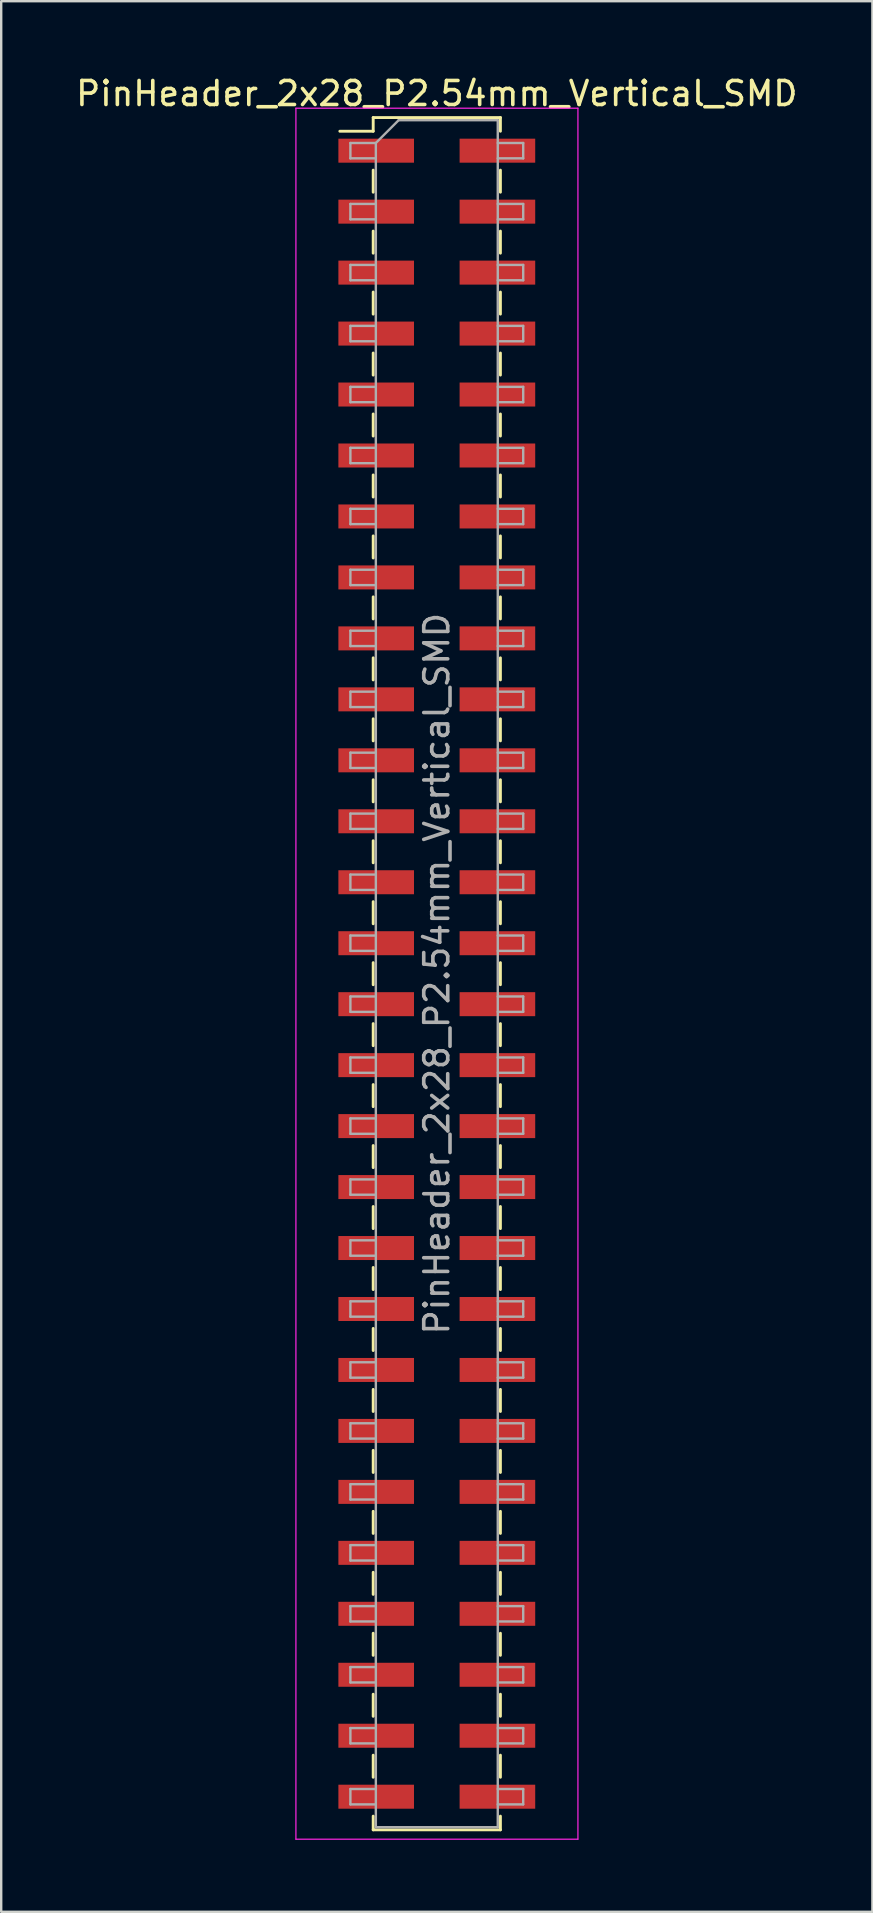
<source format=kicad_pcb>
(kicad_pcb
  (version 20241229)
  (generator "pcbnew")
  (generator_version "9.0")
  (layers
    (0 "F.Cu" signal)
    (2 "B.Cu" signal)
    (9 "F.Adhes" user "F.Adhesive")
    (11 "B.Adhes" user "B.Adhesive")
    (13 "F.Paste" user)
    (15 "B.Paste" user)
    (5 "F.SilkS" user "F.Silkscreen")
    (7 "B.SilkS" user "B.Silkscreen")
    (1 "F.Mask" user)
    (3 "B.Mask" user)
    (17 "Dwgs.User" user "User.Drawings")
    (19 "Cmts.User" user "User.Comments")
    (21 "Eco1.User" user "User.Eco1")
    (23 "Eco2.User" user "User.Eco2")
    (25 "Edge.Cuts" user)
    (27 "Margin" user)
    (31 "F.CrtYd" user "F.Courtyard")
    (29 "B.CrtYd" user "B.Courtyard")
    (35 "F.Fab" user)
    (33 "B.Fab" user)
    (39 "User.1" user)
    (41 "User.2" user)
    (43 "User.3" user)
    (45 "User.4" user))
  (footprint "PinHeader_2x28_P2.54mm_Vertical_SMD"
    (layer "F.Cu")
    (at 15.149 37.518)
    (property "Reference" "PinHeader_2x28_P2.54mm_Vertical_SMD" (at 0 -36.67 0) (layer "F.SilkS") (effects (font (size 1 1) (thickness 0.15))))
    (attr smd)
    (fp_line (start -4.04 -35.1) (end -2.65 -35.1) (stroke (width 0.12) (type solid)) (layer "F.SilkS"))
    (fp_line (start -2.65 -35.67) (end -2.65 -35.1) (stroke (width 0.12) (type solid)) (layer "F.SilkS"))
    (fp_line (start -2.65 -35.67) (end 2.65 -35.67) (stroke (width 0.12) (type solid)) (layer "F.SilkS"))
    (fp_line (start -2.65 -33.48) (end -2.65 -32.56) (stroke (width 0.12) (type solid)) (layer "F.SilkS"))
    (fp_line (start -2.65 -30.94) (end -2.65 -30.02) (stroke (width 0.12) (type solid)) (layer "F.SilkS"))
    (fp_line (start -2.65 -28.4) (end -2.65 -27.48) (stroke (width 0.12) (type solid)) (layer "F.SilkS"))
    (fp_line (start -2.65 -25.86) (end -2.65 -24.94) (stroke (width 0.12) (type solid)) (layer "F.SilkS"))
    (fp_line (start -2.65 -23.32) (end -2.65 -22.4) (stroke (width 0.12) (type solid)) (layer "F.SilkS"))
    (fp_line (start -2.65 -20.78) (end -2.65 -19.86) (stroke (width 0.12) (type solid)) (layer "F.SilkS"))
    (fp_line (start -2.65 -18.24) (end -2.65 -17.32) (stroke (width 0.12) (type solid)) (layer "F.SilkS"))
    (fp_line (start -2.65 -15.7) (end -2.65 -14.78) (stroke (width 0.12) (type solid)) (layer "F.SilkS"))
    (fp_line (start -2.65 -13.16) (end -2.65 -12.24) (stroke (width 0.12) (type solid)) (layer "F.SilkS"))
    (fp_line (start -2.65 -10.62) (end -2.65 -9.7) (stroke (width 0.12) (type solid)) (layer "F.SilkS"))
    (fp_line (start -2.65 -8.08) (end -2.65 -7.16) (stroke (width 0.12) (type solid)) (layer "F.SilkS"))
    (fp_line (start -2.65 -5.54) (end -2.65 -4.62) (stroke (width 0.12) (type solid)) (layer "F.SilkS"))
    (fp_line (start -2.65 -3) (end -2.65 -2.08) (stroke (width 0.12) (type solid)) (layer "F.SilkS"))
    (fp_line (start -2.65 -0.46) (end -2.65 0.46) (stroke (width 0.12) (type solid)) (layer "F.SilkS"))
    (fp_line (start -2.65 2.08) (end -2.65 3) (stroke (width 0.12) (type solid)) (layer "F.SilkS"))
    (fp_line (start -2.65 4.62) (end -2.65 5.54) (stroke (width 0.12) (type solid)) (layer "F.SilkS"))
    (fp_line (start -2.65 7.16) (end -2.65 8.08) (stroke (width 0.12) (type solid)) (layer "F.SilkS"))
    (fp_line (start -2.65 9.7) (end -2.65 10.62) (stroke (width 0.12) (type solid)) (layer "F.SilkS"))
    (fp_line (start -2.65 12.24) (end -2.65 13.16) (stroke (width 0.12) (type solid)) (layer "F.SilkS"))
    (fp_line (start -2.65 14.78) (end -2.65 15.7) (stroke (width 0.12) (type solid)) (layer "F.SilkS"))
    (fp_line (start -2.65 17.32) (end -2.65 18.24) (stroke (width 0.12) (type solid)) (layer "F.SilkS"))
    (fp_line (start -2.65 19.86) (end -2.65 20.78) (stroke (width 0.12) (type solid)) (layer "F.SilkS"))
    (fp_line (start -2.65 22.4) (end -2.65 23.32) (stroke (width 0.12) (type solid)) (layer "F.SilkS"))
    (fp_line (start -2.65 24.94) (end -2.65 25.86) (stroke (width 0.12) (type solid)) (layer "F.SilkS"))
    (fp_line (start -2.65 27.48) (end -2.65 28.4) (stroke (width 0.12) (type solid)) (layer "F.SilkS"))
    (fp_line (start -2.65 30.02) (end -2.65 30.94) (stroke (width 0.12) (type solid)) (layer "F.SilkS"))
    (fp_line (start -2.65 32.56) (end -2.65 33.48) (stroke (width 0.12) (type solid)) (layer "F.SilkS"))
    (fp_line (start -2.65 35.1) (end -2.65 35.67) (stroke (width 0.12) (type solid)) (layer "F.SilkS"))
    (fp_line (start -2.65 35.67) (end 2.65 35.67) (stroke (width 0.12) (type solid)) (layer "F.SilkS"))
    (fp_line (start 2.65 -35.67) (end 2.65 -35.1) (stroke (width 0.12) (type solid)) (layer "F.SilkS"))
    (fp_line (start 2.65 -33.48) (end 2.65 -32.56) (stroke (width 0.12) (type solid)) (layer "F.SilkS"))
    (fp_line (start 2.65 -30.94) (end 2.65 -30.02) (stroke (width 0.12) (type solid)) (layer "F.SilkS"))
    (fp_line (start 2.65 -28.4) (end 2.65 -27.48) (stroke (width 0.12) (type solid)) (layer "F.SilkS"))
    (fp_line (start 2.65 -25.86) (end 2.65 -24.94) (stroke (width 0.12) (type solid)) (layer "F.SilkS"))
    (fp_line (start 2.65 -23.32) (end 2.65 -22.4) (stroke (width 0.12) (type solid)) (layer "F.SilkS"))
    (fp_line (start 2.65 -20.78) (end 2.65 -19.86) (stroke (width 0.12) (type solid)) (layer "F.SilkS"))
    (fp_line (start 2.65 -18.24) (end 2.65 -17.32) (stroke (width 0.12) (type solid)) (layer "F.SilkS"))
    (fp_line (start 2.65 -15.7) (end 2.65 -14.78) (stroke (width 0.12) (type solid)) (layer "F.SilkS"))
    (fp_line (start 2.65 -13.16) (end 2.65 -12.24) (stroke (width 0.12) (type solid)) (layer "F.SilkS"))
    (fp_line (start 2.65 -10.62) (end 2.65 -9.7) (stroke (width 0.12) (type solid)) (layer "F.SilkS"))
    (fp_line (start 2.65 -8.08) (end 2.65 -7.16) (stroke (width 0.12) (type solid)) (layer "F.SilkS"))
    (fp_line (start 2.65 -5.54) (end 2.65 -4.62) (stroke (width 0.12) (type solid)) (layer "F.SilkS"))
    (fp_line (start 2.65 -3) (end 2.65 -2.08) (stroke (width 0.12) (type solid)) (layer "F.SilkS"))
    (fp_line (start 2.65 -0.46) (end 2.65 0.46) (stroke (width 0.12) (type solid)) (layer "F.SilkS"))
    (fp_line (start 2.65 2.08) (end 2.65 3) (stroke (width 0.12) (type solid)) (layer "F.SilkS"))
    (fp_line (start 2.65 4.62) (end 2.65 5.54) (stroke (width 0.12) (type solid)) (layer "F.SilkS"))
    (fp_line (start 2.65 7.16) (end 2.65 8.08) (stroke (width 0.12) (type solid)) (layer "F.SilkS"))
    (fp_line (start 2.65 9.7) (end 2.65 10.62) (stroke (width 0.12) (type solid)) (layer "F.SilkS"))
    (fp_line (start 2.65 12.24) (end 2.65 13.16) (stroke (width 0.12) (type solid)) (layer "F.SilkS"))
    (fp_line (start 2.65 14.78) (end 2.65 15.7) (stroke (width 0.12) (type solid)) (layer "F.SilkS"))
    (fp_line (start 2.65 17.32) (end 2.65 18.24) (stroke (width 0.12) (type solid)) (layer "F.SilkS"))
    (fp_line (start 2.65 19.86) (end 2.65 20.78) (stroke (width 0.12) (type solid)) (layer "F.SilkS"))
    (fp_line (start 2.65 22.4) (end 2.65 23.32) (stroke (width 0.12) (type solid)) (layer "F.SilkS"))
    (fp_line (start 2.65 24.94) (end 2.65 25.86) (stroke (width 0.12) (type solid)) (layer "F.SilkS"))
    (fp_line (start 2.65 27.48) (end 2.65 28.4) (stroke (width 0.12) (type solid)) (layer "F.SilkS"))
    (fp_line (start 2.65 30.02) (end 2.65 30.94) (stroke (width 0.12) (type solid)) (layer "F.SilkS"))
    (fp_line (start 2.65 32.56) (end 2.65 33.48) (stroke (width 0.12) (type solid)) (layer "F.SilkS"))
    (fp_line (start 2.65 35.1) (end 2.65 35.67) (stroke (width 0.12) (type solid)) (layer "F.SilkS"))
    (fp_line (start -5.87 -36.06) (end -5.87 36.06) (stroke (width 0.05) (type solid)) (layer "F.CrtYd"))
    (fp_line (start -5.87 36.06) (end 5.88 36.06) (stroke (width 0.05) (type solid)) (layer "F.CrtYd"))
    (fp_line (start 5.88 -36.06) (end -5.87 -36.06) (stroke (width 0.05) (type solid)) (layer "F.CrtYd"))
    (fp_line (start 5.88 36.06) (end 5.88 -36.06) (stroke (width 0.05) (type solid)) (layer "F.CrtYd"))
    (fp_line (start -3.6 -34.61) (end -3.6 -33.97) (stroke (width 0.1) (type solid)) (layer "F.Fab"))
    (fp_line (start -3.6 -33.97) (end -2.54 -33.97) (stroke (width 0.1) (type solid)) (layer "F.Fab"))
    (fp_line (start -3.6 -32.07) (end -3.6 -31.43) (stroke (width 0.1) (type solid)) (layer "F.Fab"))
    (fp_line (start -3.6 -31.43) (end -2.54 -31.43) (stroke (width 0.1) (type solid)) (layer "F.Fab"))
    (fp_line (start -3.6 -29.53) (end -3.6 -28.89) (stroke (width 0.1) (type solid)) (layer "F.Fab"))
    (fp_line (start -3.6 -28.89) (end -2.54 -28.89) (stroke (width 0.1) (type solid)) (layer "F.Fab"))
    (fp_line (start -3.6 -26.99) (end -3.6 -26.35) (stroke (width 0.1) (type solid)) (layer "F.Fab"))
    (fp_line (start -3.6 -26.35) (end -2.54 -26.35) (stroke (width 0.1) (type solid)) (layer "F.Fab"))
    (fp_line (start -3.6 -24.45) (end -3.6 -23.81) (stroke (width 0.1) (type solid)) (layer "F.Fab"))
    (fp_line (start -3.6 -23.81) (end -2.54 -23.81) (stroke (width 0.1) (type solid)) (layer "F.Fab"))
    (fp_line (start -3.6 -21.91) (end -3.6 -21.27) (stroke (width 0.1) (type solid)) (layer "F.Fab"))
    (fp_line (start -3.6 -21.27) (end -2.54 -21.27) (stroke (width 0.1) (type solid)) (layer "F.Fab"))
    (fp_line (start -3.6 -19.37) (end -3.6 -18.73) (stroke (width 0.1) (type solid)) (layer "F.Fab"))
    (fp_line (start -3.6 -18.73) (end -2.54 -18.73) (stroke (width 0.1) (type solid)) (layer "F.Fab"))
    (fp_line (start -3.6 -16.83) (end -3.6 -16.19) (stroke (width 0.1) (type solid)) (layer "F.Fab"))
    (fp_line (start -3.6 -16.19) (end -2.54 -16.19) (stroke (width 0.1) (type solid)) (layer "F.Fab"))
    (fp_line (start -3.6 -14.29) (end -3.6 -13.65) (stroke (width 0.1) (type solid)) (layer "F.Fab"))
    (fp_line (start -3.6 -13.65) (end -2.54 -13.65) (stroke (width 0.1) (type solid)) (layer "F.Fab"))
    (fp_line (start -3.6 -11.75) (end -3.6 -11.11) (stroke (width 0.1) (type solid)) (layer "F.Fab"))
    (fp_line (start -3.6 -11.11) (end -2.54 -11.11) (stroke (width 0.1) (type solid)) (layer "F.Fab"))
    (fp_line (start -3.6 -9.21) (end -3.6 -8.57) (stroke (width 0.1) (type solid)) (layer "F.Fab"))
    (fp_line (start -3.6 -8.57) (end -2.54 -8.57) (stroke (width 0.1) (type solid)) (layer "F.Fab"))
    (fp_line (start -3.6 -6.67) (end -3.6 -6.03) (stroke (width 0.1) (type solid)) (layer "F.Fab"))
    (fp_line (start -3.6 -6.03) (end -2.54 -6.03) (stroke (width 0.1) (type solid)) (layer "F.Fab"))
    (fp_line (start -3.6 -4.13) (end -3.6 -3.49) (stroke (width 0.1) (type solid)) (layer "F.Fab"))
    (fp_line (start -3.6 -3.49) (end -2.54 -3.49) (stroke (width 0.1) (type solid)) (layer "F.Fab"))
    (fp_line (start -3.6 -1.59) (end -3.6 -0.95) (stroke (width 0.1) (type solid)) (layer "F.Fab"))
    (fp_line (start -3.6 -0.95) (end -2.54 -0.95) (stroke (width 0.1) (type solid)) (layer "F.Fab"))
    (fp_line (start -3.6 0.95) (end -3.6 1.59) (stroke (width 0.1) (type solid)) (layer "F.Fab"))
    (fp_line (start -3.6 1.59) (end -2.54 1.59) (stroke (width 0.1) (type solid)) (layer "F.Fab"))
    (fp_line (start -3.6 3.49) (end -3.6 4.13) (stroke (width 0.1) (type solid)) (layer "F.Fab"))
    (fp_line (start -3.6 4.13) (end -2.54 4.13) (stroke (width 0.1) (type solid)) (layer "F.Fab"))
    (fp_line (start -3.6 6.03) (end -3.6 6.67) (stroke (width 0.1) (type solid)) (layer "F.Fab"))
    (fp_line (start -3.6 6.67) (end -2.54 6.67) (stroke (width 0.1) (type solid)) (layer "F.Fab"))
    (fp_line (start -3.6 8.57) (end -3.6 9.21) (stroke (width 0.1) (type solid)) (layer "F.Fab"))
    (fp_line (start -3.6 9.21) (end -2.54 9.21) (stroke (width 0.1) (type solid)) (layer "F.Fab"))
    (fp_line (start -3.6 11.11) (end -3.6 11.75) (stroke (width 0.1) (type solid)) (layer "F.Fab"))
    (fp_line (start -3.6 11.75) (end -2.54 11.75) (stroke (width 0.1) (type solid)) (layer "F.Fab"))
    (fp_line (start -3.6 13.65) (end -3.6 14.29) (stroke (width 0.1) (type solid)) (layer "F.Fab"))
    (fp_line (start -3.6 14.29) (end -2.54 14.29) (stroke (width 0.1) (type solid)) (layer "F.Fab"))
    (fp_line (start -3.6 16.19) (end -3.6 16.83) (stroke (width 0.1) (type solid)) (layer "F.Fab"))
    (fp_line (start -3.6 16.83) (end -2.54 16.83) (stroke (width 0.1) (type solid)) (layer "F.Fab"))
    (fp_line (start -3.6 18.73) (end -3.6 19.37) (stroke (width 0.1) (type solid)) (layer "F.Fab"))
    (fp_line (start -3.6 19.37) (end -2.54 19.37) (stroke (width 0.1) (type solid)) (layer "F.Fab"))
    (fp_line (start -3.6 21.27) (end -3.6 21.91) (stroke (width 0.1) (type solid)) (layer "F.Fab"))
    (fp_line (start -3.6 21.91) (end -2.54 21.91) (stroke (width 0.1) (type solid)) (layer "F.Fab"))
    (fp_line (start -3.6 23.81) (end -3.6 24.45) (stroke (width 0.1) (type solid)) (layer "F.Fab"))
    (fp_line (start -3.6 24.45) (end -2.54 24.45) (stroke (width 0.1) (type solid)) (layer "F.Fab"))
    (fp_line (start -3.6 26.35) (end -3.6 26.99) (stroke (width 0.1) (type solid)) (layer "F.Fab"))
    (fp_line (start -3.6 26.99) (end -2.54 26.99) (stroke (width 0.1) (type solid)) (layer "F.Fab"))
    (fp_line (start -3.6 28.89) (end -3.6 29.53) (stroke (width 0.1) (type solid)) (layer "F.Fab"))
    (fp_line (start -3.6 29.53) (end -2.54 29.53) (stroke (width 0.1) (type solid)) (layer "F.Fab"))
    (fp_line (start -3.6 31.43) (end -3.6 32.07) (stroke (width 0.1) (type solid)) (layer "F.Fab"))
    (fp_line (start -3.6 32.07) (end -2.54 32.07) (stroke (width 0.1) (type solid)) (layer "F.Fab"))
    (fp_line (start -3.6 33.97) (end -3.6 34.61) (stroke (width 0.1) (type solid)) (layer "F.Fab"))
    (fp_line (start -3.6 34.61) (end -2.54 34.61) (stroke (width 0.1) (type solid)) (layer "F.Fab"))
    (fp_line (start -2.54 -34.61) (end -3.6 -34.61) (stroke (width 0.1) (type solid)) (layer "F.Fab"))
    (fp_line (start -2.54 -34.61) (end -1.59 -35.56) (stroke (width 0.1) (type solid)) (layer "F.Fab"))
    (fp_line (start -2.54 -32.07) (end -3.6 -32.07) (stroke (width 0.1) (type solid)) (layer "F.Fab"))
    (fp_line (start -2.54 -29.53) (end -3.6 -29.53) (stroke (width 0.1) (type solid)) (layer "F.Fab"))
    (fp_line (start -2.54 -26.99) (end -3.6 -26.99) (stroke (width 0.1) (type solid)) (layer "F.Fab"))
    (fp_line (start -2.54 -24.45) (end -3.6 -24.45) (stroke (width 0.1) (type solid)) (layer "F.Fab"))
    (fp_line (start -2.54 -21.91) (end -3.6 -21.91) (stroke (width 0.1) (type solid)) (layer "F.Fab"))
    (fp_line (start -2.54 -19.37) (end -3.6 -19.37) (stroke (width 0.1) (type solid)) (layer "F.Fab"))
    (fp_line (start -2.54 -16.83) (end -3.6 -16.83) (stroke (width 0.1) (type solid)) (layer "F.Fab"))
    (fp_line (start -2.54 -14.29) (end -3.6 -14.29) (stroke (width 0.1) (type solid)) (layer "F.Fab"))
    (fp_line (start -2.54 -11.75) (end -3.6 -11.75) (stroke (width 0.1) (type solid)) (layer "F.Fab"))
    (fp_line (start -2.54 -9.21) (end -3.6 -9.21) (stroke (width 0.1) (type solid)) (layer "F.Fab"))
    (fp_line (start -2.54 -6.67) (end -3.6 -6.67) (stroke (width 0.1) (type solid)) (layer "F.Fab"))
    (fp_line (start -2.54 -4.13) (end -3.6 -4.13) (stroke (width 0.1) (type solid)) (layer "F.Fab"))
    (fp_line (start -2.54 -1.59) (end -3.6 -1.59) (stroke (width 0.1) (type solid)) (layer "F.Fab"))
    (fp_line (start -2.54 0.95) (end -3.6 0.95) (stroke (width 0.1) (type solid)) (layer "F.Fab"))
    (fp_line (start -2.54 3.49) (end -3.6 3.49) (stroke (width 0.1) (type solid)) (layer "F.Fab"))
    (fp_line (start -2.54 6.03) (end -3.6 6.03) (stroke (width 0.1) (type solid)) (layer "F.Fab"))
    (fp_line (start -2.54 8.57) (end -3.6 8.57) (stroke (width 0.1) (type solid)) (layer "F.Fab"))
    (fp_line (start -2.54 11.11) (end -3.6 11.11) (stroke (width 0.1) (type solid)) (layer "F.Fab"))
    (fp_line (start -2.54 13.65) (end -3.6 13.65) (stroke (width 0.1) (type solid)) (layer "F.Fab"))
    (fp_line (start -2.54 16.19) (end -3.6 16.19) (stroke (width 0.1) (type solid)) (layer "F.Fab"))
    (fp_line (start -2.54 18.73) (end -3.6 18.73) (stroke (width 0.1) (type solid)) (layer "F.Fab"))
    (fp_line (start -2.54 21.27) (end -3.6 21.27) (stroke (width 0.1) (type solid)) (layer "F.Fab"))
    (fp_line (start -2.54 23.81) (end -3.6 23.81) (stroke (width 0.1) (type solid)) (layer "F.Fab"))
    (fp_line (start -2.54 26.35) (end -3.6 26.35) (stroke (width 0.1) (type solid)) (layer "F.Fab"))
    (fp_line (start -2.54 28.89) (end -3.6 28.89) (stroke (width 0.1) (type solid)) (layer "F.Fab"))
    (fp_line (start -2.54 31.43) (end -3.6 31.43) (stroke (width 0.1) (type solid)) (layer "F.Fab"))
    (fp_line (start -2.54 33.97) (end -3.6 33.97) (stroke (width 0.1) (type solid)) (layer "F.Fab"))
    (fp_line (start -2.54 35.56) (end -2.54 -34.61) (stroke (width 0.1) (type solid)) (layer "F.Fab"))
    (fp_line (start -1.59 -35.56) (end 2.54 -35.56) (stroke (width 0.1) (type solid)) (layer "F.Fab"))
    (fp_line (start 2.54 -35.56) (end 2.54 35.56) (stroke (width 0.1) (type solid)) (layer "F.Fab"))
    (fp_line (start 2.54 -34.61) (end 3.6 -34.61) (stroke (width 0.1) (type solid)) (layer "F.Fab"))
    (fp_line (start 2.54 -32.07) (end 3.6 -32.07) (stroke (width 0.1) (type solid)) (layer "F.Fab"))
    (fp_line (start 2.54 -29.53) (end 3.6 -29.53) (stroke (width 0.1) (type solid)) (layer "F.Fab"))
    (fp_line (start 2.54 -26.99) (end 3.6 -26.99) (stroke (width 0.1) (type solid)) (layer "F.Fab"))
    (fp_line (start 2.54 -24.45) (end 3.6 -24.45) (stroke (width 0.1) (type solid)) (layer "F.Fab"))
    (fp_line (start 2.54 -21.91) (end 3.6 -21.91) (stroke (width 0.1) (type solid)) (layer "F.Fab"))
    (fp_line (start 2.54 -19.37) (end 3.6 -19.37) (stroke (width 0.1) (type solid)) (layer "F.Fab"))
    (fp_line (start 2.54 -16.83) (end 3.6 -16.83) (stroke (width 0.1) (type solid)) (layer "F.Fab"))
    (fp_line (start 2.54 -14.29) (end 3.6 -14.29) (stroke (width 0.1) (type solid)) (layer "F.Fab"))
    (fp_line (start 2.54 -11.75) (end 3.6 -11.75) (stroke (width 0.1) (type solid)) (layer "F.Fab"))
    (fp_line (start 2.54 -9.21) (end 3.6 -9.21) (stroke (width 0.1) (type solid)) (layer "F.Fab"))
    (fp_line (start 2.54 -6.67) (end 3.6 -6.67) (stroke (width 0.1) (type solid)) (layer "F.Fab"))
    (fp_line (start 2.54 -4.13) (end 3.6 -4.13) (stroke (width 0.1) (type solid)) (layer "F.Fab"))
    (fp_line (start 2.54 -1.59) (end 3.6 -1.59) (stroke (width 0.1) (type solid)) (layer "F.Fab"))
    (fp_line (start 2.54 0.95) (end 3.6 0.95) (stroke (width 0.1) (type solid)) (layer "F.Fab"))
    (fp_line (start 2.54 3.49) (end 3.6 3.49) (stroke (width 0.1) (type solid)) (layer "F.Fab"))
    (fp_line (start 2.54 6.03) (end 3.6 6.03) (stroke (width 0.1) (type solid)) (layer "F.Fab"))
    (fp_line (start 2.54 8.57) (end 3.6 8.57) (stroke (width 0.1) (type solid)) (layer "F.Fab"))
    (fp_line (start 2.54 11.11) (end 3.6 11.11) (stroke (width 0.1) (type solid)) (layer "F.Fab"))
    (fp_line (start 2.54 13.65) (end 3.6 13.65) (stroke (width 0.1) (type solid)) (layer "F.Fab"))
    (fp_line (start 2.54 16.19) (end 3.6 16.19) (stroke (width 0.1) (type solid)) (layer "F.Fab"))
    (fp_line (start 2.54 18.73) (end 3.6 18.73) (stroke (width 0.1) (type solid)) (layer "F.Fab"))
    (fp_line (start 2.54 21.27) (end 3.6 21.27) (stroke (width 0.1) (type solid)) (layer "F.Fab"))
    (fp_line (start 2.54 23.81) (end 3.6 23.81) (stroke (width 0.1) (type solid)) (layer "F.Fab"))
    (fp_line (start 2.54 26.35) (end 3.6 26.35) (stroke (width 0.1) (type solid)) (layer "F.Fab"))
    (fp_line (start 2.54 28.89) (end 3.6 28.89) (stroke (width 0.1) (type solid)) (layer "F.Fab"))
    (fp_line (start 2.54 31.43) (end 3.6 31.43) (stroke (width 0.1) (type solid)) (layer "F.Fab"))
    (fp_line (start 2.54 33.97) (end 3.6 33.97) (stroke (width 0.1) (type solid)) (layer "F.Fab"))
    (fp_line (start 2.54 35.56) (end -2.54 35.56) (stroke (width 0.1) (type solid)) (layer "F.Fab"))
    (fp_line (start 3.6 -34.61) (end 3.6 -33.97) (stroke (width 0.1) (type solid)) (layer "F.Fab"))
    (fp_line (start 3.6 -33.97) (end 2.54 -33.97) (stroke (width 0.1) (type solid)) (layer "F.Fab"))
    (fp_line (start 3.6 -32.07) (end 3.6 -31.43) (stroke (width 0.1) (type solid)) (layer "F.Fab"))
    (fp_line (start 3.6 -31.43) (end 2.54 -31.43) (stroke (width 0.1) (type solid)) (layer "F.Fab"))
    (fp_line (start 3.6 -29.53) (end 3.6 -28.89) (stroke (width 0.1) (type solid)) (layer "F.Fab"))
    (fp_line (start 3.6 -28.89) (end 2.54 -28.89) (stroke (width 0.1) (type solid)) (layer "F.Fab"))
    (fp_line (start 3.6 -26.99) (end 3.6 -26.35) (stroke (width 0.1) (type solid)) (layer "F.Fab"))
    (fp_line (start 3.6 -26.35) (end 2.54 -26.35) (stroke (width 0.1) (type solid)) (layer "F.Fab"))
    (fp_line (start 3.6 -24.45) (end 3.6 -23.81) (stroke (width 0.1) (type solid)) (layer "F.Fab"))
    (fp_line (start 3.6 -23.81) (end 2.54 -23.81) (stroke (width 0.1) (type solid)) (layer "F.Fab"))
    (fp_line (start 3.6 -21.91) (end 3.6 -21.27) (stroke (width 0.1) (type solid)) (layer "F.Fab"))
    (fp_line (start 3.6 -21.27) (end 2.54 -21.27) (stroke (width 0.1) (type solid)) (layer "F.Fab"))
    (fp_line (start 3.6 -19.37) (end 3.6 -18.73) (stroke (width 0.1) (type solid)) (layer "F.Fab"))
    (fp_line (start 3.6 -18.73) (end 2.54 -18.73) (stroke (width 0.1) (type solid)) (layer "F.Fab"))
    (fp_line (start 3.6 -16.83) (end 3.6 -16.19) (stroke (width 0.1) (type solid)) (layer "F.Fab"))
    (fp_line (start 3.6 -16.19) (end 2.54 -16.19) (stroke (width 0.1) (type solid)) (layer "F.Fab"))
    (fp_line (start 3.6 -14.29) (end 3.6 -13.65) (stroke (width 0.1) (type solid)) (layer "F.Fab"))
    (fp_line (start 3.6 -13.65) (end 2.54 -13.65) (stroke (width 0.1) (type solid)) (layer "F.Fab"))
    (fp_line (start 3.6 -11.75) (end 3.6 -11.11) (stroke (width 0.1) (type solid)) (layer "F.Fab"))
    (fp_line (start 3.6 -11.11) (end 2.54 -11.11) (stroke (width 0.1) (type solid)) (layer "F.Fab"))
    (fp_line (start 3.6 -9.21) (end 3.6 -8.57) (stroke (width 0.1) (type solid)) (layer "F.Fab"))
    (fp_line (start 3.6 -8.57) (end 2.54 -8.57) (stroke (width 0.1) (type solid)) (layer "F.Fab"))
    (fp_line (start 3.6 -6.67) (end 3.6 -6.03) (stroke (width 0.1) (type solid)) (layer "F.Fab"))
    (fp_line (start 3.6 -6.03) (end 2.54 -6.03) (stroke (width 0.1) (type solid)) (layer "F.Fab"))
    (fp_line (start 3.6 -4.13) (end 3.6 -3.49) (stroke (width 0.1) (type solid)) (layer "F.Fab"))
    (fp_line (start 3.6 -3.49) (end 2.54 -3.49) (stroke (width 0.1) (type solid)) (layer "F.Fab"))
    (fp_line (start 3.6 -1.59) (end 3.6 -0.95) (stroke (width 0.1) (type solid)) (layer "F.Fab"))
    (fp_line (start 3.6 -0.95) (end 2.54 -0.95) (stroke (width 0.1) (type solid)) (layer "F.Fab"))
    (fp_line (start 3.6 0.95) (end 3.6 1.59) (stroke (width 0.1) (type solid)) (layer "F.Fab"))
    (fp_line (start 3.6 1.59) (end 2.54 1.59) (stroke (width 0.1) (type solid)) (layer "F.Fab"))
    (fp_line (start 3.6 3.49) (end 3.6 4.13) (stroke (width 0.1) (type solid)) (layer "F.Fab"))
    (fp_line (start 3.6 4.13) (end 2.54 4.13) (stroke (width 0.1) (type solid)) (layer "F.Fab"))
    (fp_line (start 3.6 6.03) (end 3.6 6.67) (stroke (width 0.1) (type solid)) (layer "F.Fab"))
    (fp_line (start 3.6 6.67) (end 2.54 6.67) (stroke (width 0.1) (type solid)) (layer "F.Fab"))
    (fp_line (start 3.6 8.57) (end 3.6 9.21) (stroke (width 0.1) (type solid)) (layer "F.Fab"))
    (fp_line (start 3.6 9.21) (end 2.54 9.21) (stroke (width 0.1) (type solid)) (layer "F.Fab"))
    (fp_line (start 3.6 11.11) (end 3.6 11.75) (stroke (width 0.1) (type solid)) (layer "F.Fab"))
    (fp_line (start 3.6 11.75) (end 2.54 11.75) (stroke (width 0.1) (type solid)) (layer "F.Fab"))
    (fp_line (start 3.6 13.65) (end 3.6 14.29) (stroke (width 0.1) (type solid)) (layer "F.Fab"))
    (fp_line (start 3.6 14.29) (end 2.54 14.29) (stroke (width 0.1) (type solid)) (layer "F.Fab"))
    (fp_line (start 3.6 16.19) (end 3.6 16.83) (stroke (width 0.1) (type solid)) (layer "F.Fab"))
    (fp_line (start 3.6 16.83) (end 2.54 16.83) (stroke (width 0.1) (type solid)) (layer "F.Fab"))
    (fp_line (start 3.6 18.73) (end 3.6 19.37) (stroke (width 0.1) (type solid)) (layer "F.Fab"))
    (fp_line (start 3.6 19.37) (end 2.54 19.37) (stroke (width 0.1) (type solid)) (layer "F.Fab"))
    (fp_line (start 3.6 21.27) (end 3.6 21.91) (stroke (width 0.1) (type solid)) (layer "F.Fab"))
    (fp_line (start 3.6 21.91) (end 2.54 21.91) (stroke (width 0.1) (type solid)) (layer "F.Fab"))
    (fp_line (start 3.6 23.81) (end 3.6 24.45) (stroke (width 0.1) (type solid)) (layer "F.Fab"))
    (fp_line (start 3.6 24.45) (end 2.54 24.45) (stroke (width 0.1) (type solid)) (layer "F.Fab"))
    (fp_line (start 3.6 26.35) (end 3.6 26.99) (stroke (width 0.1) (type solid)) (layer "F.Fab"))
    (fp_line (start 3.6 26.99) (end 2.54 26.99) (stroke (width 0.1) (type solid)) (layer "F.Fab"))
    (fp_line (start 3.6 28.89) (end 3.6 29.53) (stroke (width 0.1) (type solid)) (layer "F.Fab"))
    (fp_line (start 3.6 29.53) (end 2.54 29.53) (stroke (width 0.1) (type solid)) (layer "F.Fab"))
    (fp_line (start 3.6 31.43) (end 3.6 32.07) (stroke (width 0.1) (type solid)) (layer "F.Fab"))
    (fp_line (start 3.6 32.07) (end 2.54 32.07) (stroke (width 0.1) (type solid)) (layer "F.Fab"))
    (fp_line (start 3.6 33.97) (end 3.6 34.61) (stroke (width 0.1) (type solid)) (layer "F.Fab"))
    (fp_line (start 3.6 34.61) (end 2.54 34.61) (stroke (width 0.1) (type solid)) (layer "F.Fab"))
    (fp_text user "${REFERENCE}" (at 0 0 90) (layer "F.Fab") (effects (font (size 1 1) (thickness 0.15))))
    (pad "1" smd rect (at -2.525 -34.29) (size 3.15 1) (layers "F.Cu" "F.Mask" "F.Paste"))
    (pad "2" smd rect (at 2.525 -34.29) (size 3.15 1) (layers "F.Cu" "F.Mask" "F.Paste"))
    (pad "3" smd rect (at -2.525 -31.75) (size 3.15 1) (layers "F.Cu" "F.Mask" "F.Paste"))
    (pad "4" smd rect (at 2.525 -31.75) (size 3.15 1) (layers "F.Cu" "F.Mask" "F.Paste"))
    (pad "5" smd rect (at -2.525 -29.21) (size 3.15 1) (layers "F.Cu" "F.Mask" "F.Paste"))
    (pad "6" smd rect (at 2.525 -29.21) (size 3.15 1) (layers "F.Cu" "F.Mask" "F.Paste"))
    (pad "7" smd rect (at -2.525 -26.67) (size 3.15 1) (layers "F.Cu" "F.Mask" "F.Paste"))
    (pad "8" smd rect (at 2.525 -26.67) (size 3.15 1) (layers "F.Cu" "F.Mask" "F.Paste"))
    (pad "9" smd rect (at -2.525 -24.13) (size 3.15 1) (layers "F.Cu" "F.Mask" "F.Paste"))
    (pad "10" smd rect (at 2.525 -24.13) (size 3.15 1) (layers "F.Cu" "F.Mask" "F.Paste"))
    (pad "11" smd rect (at -2.525 -21.59) (size 3.15 1) (layers "F.Cu" "F.Mask" "F.Paste"))
    (pad "12" smd rect (at 2.525 -21.59) (size 3.15 1) (layers "F.Cu" "F.Mask" "F.Paste"))
    (pad "13" smd rect (at -2.525 -19.05) (size 3.15 1) (layers "F.Cu" "F.Mask" "F.Paste"))
    (pad "14" smd rect (at 2.525 -19.05) (size 3.15 1) (layers "F.Cu" "F.Mask" "F.Paste"))
    (pad "15" smd rect (at -2.525 -16.51) (size 3.15 1) (layers "F.Cu" "F.Mask" "F.Paste"))
    (pad "16" smd rect (at 2.525 -16.51) (size 3.15 1) (layers "F.Cu" "F.Mask" "F.Paste"))
    (pad "17" smd rect (at -2.525 -13.97) (size 3.15 1) (layers "F.Cu" "F.Mask" "F.Paste"))
    (pad "18" smd rect (at 2.525 -13.97) (size 3.15 1) (layers "F.Cu" "F.Mask" "F.Paste"))
    (pad "19" smd rect (at -2.525 -11.43) (size 3.15 1) (layers "F.Cu" "F.Mask" "F.Paste"))
    (pad "20" smd rect (at 2.525 -11.43) (size 3.15 1) (layers "F.Cu" "F.Mask" "F.Paste"))
    (pad "21" smd rect (at -2.525 -8.89) (size 3.15 1) (layers "F.Cu" "F.Mask" "F.Paste"))
    (pad "22" smd rect (at 2.525 -8.89) (size 3.15 1) (layers "F.Cu" "F.Mask" "F.Paste"))
    (pad "23" smd rect (at -2.525 -6.35) (size 3.15 1) (layers "F.Cu" "F.Mask" "F.Paste"))
    (pad "24" smd rect (at 2.525 -6.35) (size 3.15 1) (layers "F.Cu" "F.Mask" "F.Paste"))
    (pad "25" smd rect (at -2.525 -3.81) (size 3.15 1) (layers "F.Cu" "F.Mask" "F.Paste"))
    (pad "26" smd rect (at 2.525 -3.81) (size 3.15 1) (layers "F.Cu" "F.Mask" "F.Paste"))
    (pad "27" smd rect (at -2.525 -1.27) (size 3.15 1) (layers "F.Cu" "F.Mask" "F.Paste"))
    (pad "28" smd rect (at 2.525 -1.27) (size 3.15 1) (layers "F.Cu" "F.Mask" "F.Paste"))
    (pad "29" smd rect (at -2.525 1.27) (size 3.15 1) (layers "F.Cu" "F.Mask" "F.Paste"))
    (pad "30" smd rect (at 2.525 1.27) (size 3.15 1) (layers "F.Cu" "F.Mask" "F.Paste"))
    (pad "31" smd rect (at -2.525 3.81) (size 3.15 1) (layers "F.Cu" "F.Mask" "F.Paste"))
    (pad "32" smd rect (at 2.525 3.81) (size 3.15 1) (layers "F.Cu" "F.Mask" "F.Paste"))
    (pad "33" smd rect (at -2.525 6.35) (size 3.15 1) (layers "F.Cu" "F.Mask" "F.Paste"))
    (pad "34" smd rect (at 2.525 6.35) (size 3.15 1) (layers "F.Cu" "F.Mask" "F.Paste"))
    (pad "35" smd rect (at -2.525 8.89) (size 3.15 1) (layers "F.Cu" "F.Mask" "F.Paste"))
    (pad "36" smd rect (at 2.525 8.89) (size 3.15 1) (layers "F.Cu" "F.Mask" "F.Paste"))
    (pad "37" smd rect (at -2.525 11.43) (size 3.15 1) (layers "F.Cu" "F.Mask" "F.Paste"))
    (pad "38" smd rect (at 2.525 11.43) (size 3.15 1) (layers "F.Cu" "F.Mask" "F.Paste"))
    (pad "39" smd rect (at -2.525 13.97) (size 3.15 1) (layers "F.Cu" "F.Mask" "F.Paste"))
    (pad "40" smd rect (at 2.525 13.97) (size 3.15 1) (layers "F.Cu" "F.Mask" "F.Paste"))
    (pad "41" smd rect (at -2.525 16.51) (size 3.15 1) (layers "F.Cu" "F.Mask" "F.Paste"))
    (pad "42" smd rect (at 2.525 16.51) (size 3.15 1) (layers "F.Cu" "F.Mask" "F.Paste"))
    (pad "43" smd rect (at -2.525 19.05) (size 3.15 1) (layers "F.Cu" "F.Mask" "F.Paste"))
    (pad "44" smd rect (at 2.525 19.05) (size 3.15 1) (layers "F.Cu" "F.Mask" "F.Paste"))
    (pad "45" smd rect (at -2.525 21.59) (size 3.15 1) (layers "F.Cu" "F.Mask" "F.Paste"))
    (pad "46" smd rect (at 2.525 21.59) (size 3.15 1) (layers "F.Cu" "F.Mask" "F.Paste"))
    (pad "47" smd rect (at -2.525 24.13) (size 3.15 1) (layers "F.Cu" "F.Mask" "F.Paste"))
    (pad "48" smd rect (at 2.525 24.13) (size 3.15 1) (layers "F.Cu" "F.Mask" "F.Paste"))
    (pad "49" smd rect (at -2.525 26.67) (size 3.15 1) (layers "F.Cu" "F.Mask" "F.Paste"))
    (pad "50" smd rect (at 2.525 26.67) (size 3.15 1) (layers "F.Cu" "F.Mask" "F.Paste"))
    (pad "51" smd rect (at -2.525 29.21) (size 3.15 1) (layers "F.Cu" "F.Mask" "F.Paste"))
    (pad "52" smd rect (at 2.525 29.21) (size 3.15 1) (layers "F.Cu" "F.Mask" "F.Paste"))
    (pad "53" smd rect (at -2.525 31.75) (size 3.15 1) (layers "F.Cu" "F.Mask" "F.Paste"))
    (pad "54" smd rect (at 2.525 31.75) (size 3.15 1) (layers "F.Cu" "F.Mask" "F.Paste"))
    (pad "55" smd rect (at -2.525 34.29) (size 3.15 1) (layers "F.Cu" "F.Mask" "F.Paste"))
    (pad "56" smd rect (at 2.525 34.29) (size 3.15 1) (layers "F.Cu" "F.Mask" "F.Paste")))
  (gr_rect
    (start -3 -3)
    (end 33.298 76.603)
    (stroke (width 0.1) (type default))
    (fill no)
    (layer "Edge.Cuts")))
</source>
